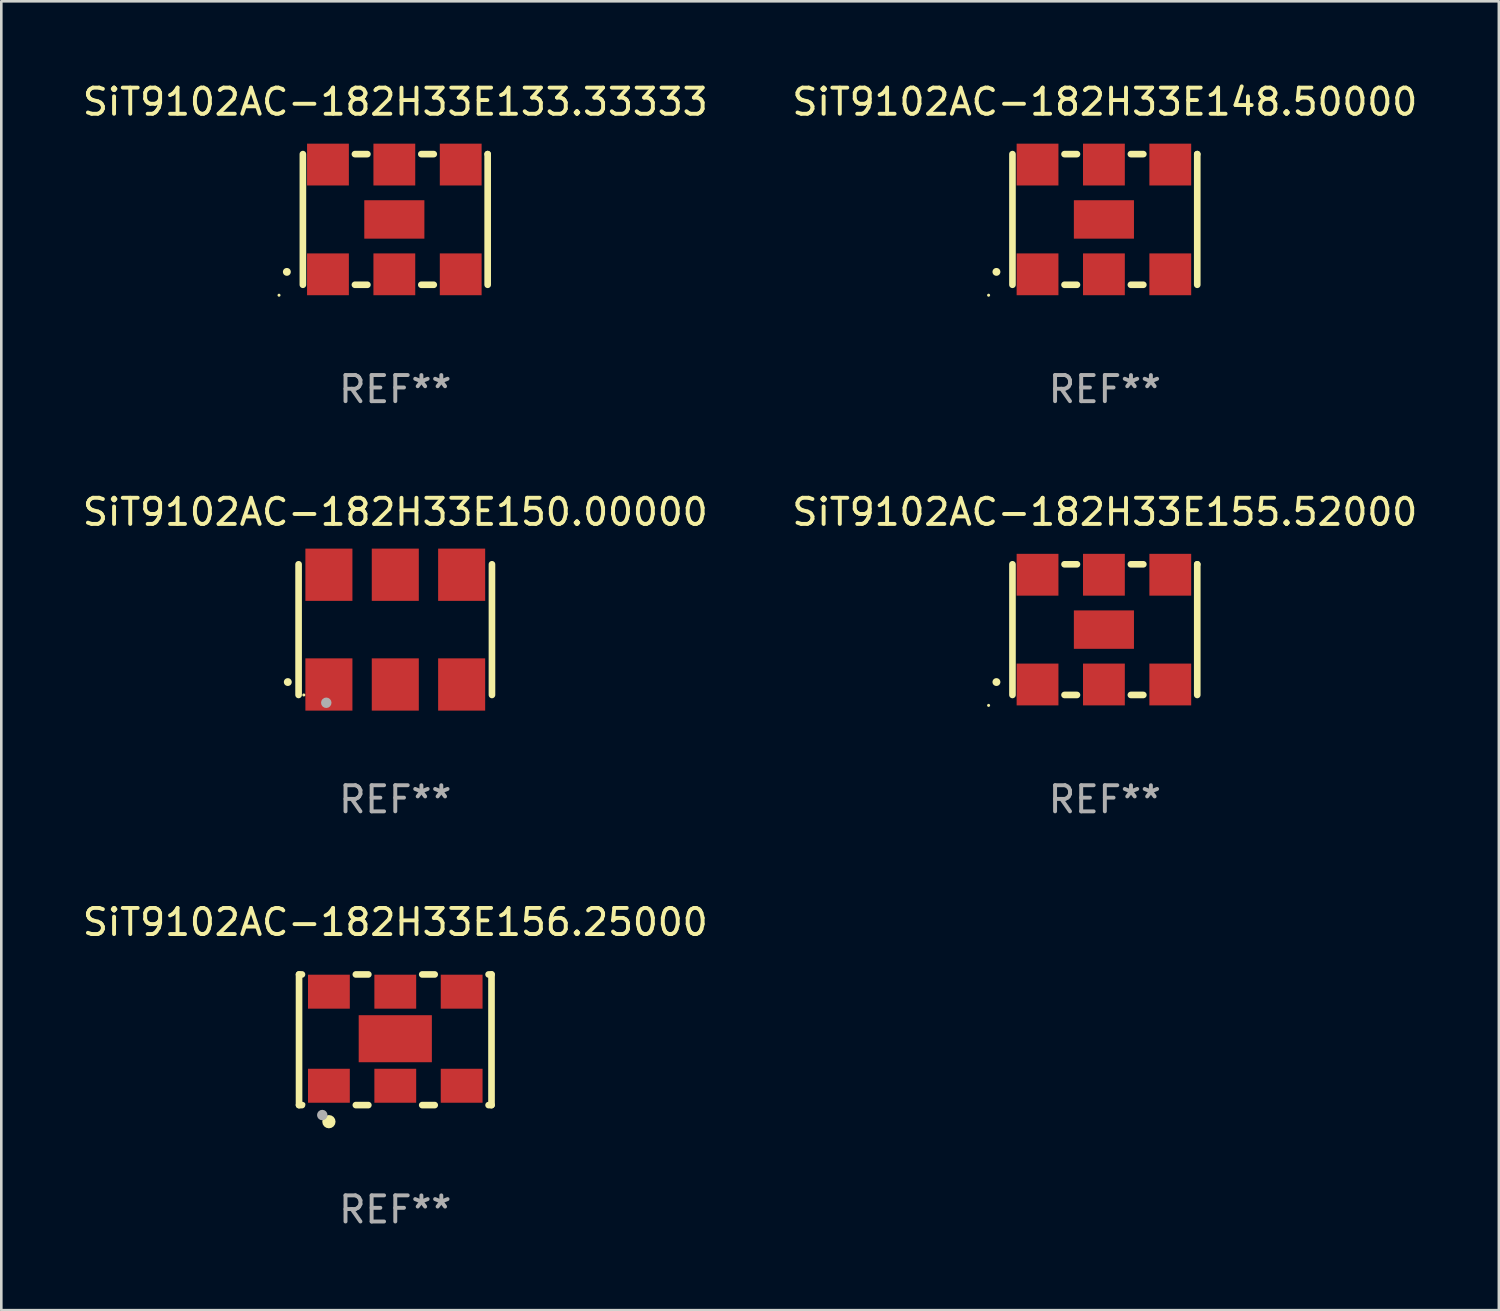
<source format=kicad_pcb>
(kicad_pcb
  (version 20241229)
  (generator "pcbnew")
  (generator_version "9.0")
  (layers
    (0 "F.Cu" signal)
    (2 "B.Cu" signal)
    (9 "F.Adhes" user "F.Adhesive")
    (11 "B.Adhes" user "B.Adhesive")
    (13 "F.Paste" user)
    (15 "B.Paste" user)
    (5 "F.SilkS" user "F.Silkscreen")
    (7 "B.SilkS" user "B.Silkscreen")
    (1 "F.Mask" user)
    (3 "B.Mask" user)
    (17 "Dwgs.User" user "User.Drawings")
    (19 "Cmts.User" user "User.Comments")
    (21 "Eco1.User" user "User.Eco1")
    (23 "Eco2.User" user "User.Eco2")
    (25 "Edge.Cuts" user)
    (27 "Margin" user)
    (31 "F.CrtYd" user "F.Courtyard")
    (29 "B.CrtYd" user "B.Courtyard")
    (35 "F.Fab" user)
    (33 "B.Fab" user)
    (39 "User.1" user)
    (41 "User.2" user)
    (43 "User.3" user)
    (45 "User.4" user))
  (footprint "SiT9102AC-182H33E148.50000"
    (layer "F.Cu")
    (at 39.232 5.348)
    (property "Reference" "SiT9102AC-182H33E148.50000" (at 0 -4.5 0) (layer "F.SilkS") (effects (font (size 1 1) (thickness 0.15))))
    (attr through_hole)
    (fp_line (start -3.536 -2.5) (end -3.536 2.5) (stroke (width 0.254) (type solid)) (layer "F.SilkS"))
    (fp_line (start -1.544 2.5) (end -1.067 2.5) (stroke (width 0.254) (type solid)) (layer "F.SilkS"))
    (fp_line (start -1.067 -2.5) (end -1.544 -2.5) (stroke (width 0.254) (type solid)) (layer "F.SilkS"))
    (fp_line (start 0.996 2.5) (end 1.473 2.5) (stroke (width 0.254) (type solid)) (layer "F.SilkS"))
    (fp_line (start 1.473 -2.5) (end 0.996 -2.5) (stroke (width 0.254) (type solid)) (layer "F.SilkS"))
    (fp_line (start 3.536 -2.5) (end 3.536 -2.5) (stroke (width 0.254) (type solid)) (layer "F.SilkS"))
    (fp_line (start 3.536 2.5) (end 3.536 -2.5) (stroke (width 0.254) (type solid)) (layer "F.SilkS"))
    (fp_arc (start -4.150432 2.006604) (mid -4.149162 2.006599) (end -4.147892 2.006604) (stroke (width 0.3) (type solid)) (layer "F.SilkS"))
    (fp_circle (center -4.449 2.9) (end -4.419 2.9) (stroke (width 0.06) (type solid)) (fill no) (layer "F.SilkS"))
    (fp_text user "REF**" (at 0 6.5 0) (layer "F.Fab") (effects (font (size 1 1) (thickness 0.15))))
    (pad "1" smd rect (at -2.576 2.1) (size 1.6 1.6) (layers "F.Cu" "F.Mask" "F.Paste"))
    (pad "2" smd rect (at -0.036 2.1) (size 1.6 1.6) (layers "F.Cu" "F.Mask" "F.Paste"))
    (pad "3" smd rect (at 2.504 2.1) (size 1.6 1.6) (layers "F.Cu" "F.Mask" "F.Paste"))
    (pad "4" smd rect (at 2.504 -2.1) (size 1.6 1.6) (layers "F.Cu" "F.Mask" "F.Paste"))
    (pad "5" smd rect (at -0.036 -2.1) (size 1.6 1.6) (layers "F.Cu" "F.Mask" "F.Paste"))
    (pad "6" smd rect (at -2.576 -2.1) (size 1.6 1.6) (layers "F.Cu" "F.Mask" "F.Paste"))
    (pad "7" smd rect (at -0.036 0) (size 2.3 1.47) (layers "F.Cu" "F.Mask" "F.Paste")))
  (footprint "SiT9102AC-182H33E156.25000"
    (layer "F.Cu")
    (at 12.077 36.741)
    (property "Reference" "SiT9102AC-182H33E156.25000" (at 0 -4.5 0) (layer "F.SilkS") (effects (font (size 1 1) (thickness 0.15))))
    (attr through_hole)
    (fp_line (start -3.683 -2.5) (end -3.571 -2.5) (stroke (width 0.254) (type solid)) (layer "F.SilkS"))
    (fp_line (start -3.683 2.5) (end -3.683 -2.5) (stroke (width 0.254) (type solid)) (layer "F.SilkS"))
    (fp_line (start -3.683 2.5) (end -3.571 2.5) (stroke (width 0.254) (type solid)) (layer "F.SilkS"))
    (fp_line (start -1.509 -2.5) (end -1.031 -2.5) (stroke (width 0.254) (type solid)) (layer "F.SilkS"))
    (fp_line (start -1.509 2.5) (end -1.031 2.5) (stroke (width 0.254) (type solid)) (layer "F.SilkS"))
    (fp_line (start 1.031 -2.5) (end 1.509 -2.5) (stroke (width 0.254) (type solid)) (layer "F.SilkS"))
    (fp_line (start 1.031 2.5) (end 1.509 2.5) (stroke (width 0.254) (type solid)) (layer "F.SilkS"))
    (fp_line (start 3.571 -2.5) (end 3.683 -2.5) (stroke (width 0.254) (type solid)) (layer "F.SilkS"))
    (fp_line (start 3.571 2.5) (end 3.683 2.5) (stroke (width 0.254) (type solid)) (layer "F.SilkS"))
    (fp_line (start 3.683 2.5) (end 3.683 -2.5) (stroke (width 0.254) (type solid)) (layer "F.SilkS"))
    (fp_circle (center -3.5 2.46) (end -3.47 2.46) (stroke (width 0.06) (type solid)) (fill no) (layer "F.SilkS"))
    (fp_circle (center -2.54 3.135) (end -2.413 3.135) (stroke (width 0.254) (type solid)) (fill no) (layer "F.SilkS"))
    (fp_circle (center -2.794 2.881) (end -2.694 2.881) (stroke (width 0.2) (type solid)) (fill no) (layer "F.Fab"))
    (fp_text user "REF**" (at 0 6.5 0) (layer "F.Fab") (effects (font (size 1 1) (thickness 0.15))))
    (pad "1" smd rect (at -2.54 1.76) (size 1.6 1.3) (layers "F.Cu" "F.Mask" "F.Paste"))
    (pad "2" smd rect (at 0 1.76) (size 1.6 1.3) (layers "F.Cu" "F.Mask" "F.Paste"))
    (pad "3" smd rect (at 2.54 1.76) (size 1.6 1.3) (layers "F.Cu" "F.Mask" "F.Paste"))
    (pad "4" smd rect (at 2.54 -1.84) (size 1.6 1.3) (layers "F.Cu" "F.Mask" "F.Paste"))
    (pad "5" smd rect (at 0 -1.84) (size 1.6 1.3) (layers "F.Cu" "F.Mask" "F.Paste"))
    (pad "6" smd rect (at -2.54 -1.84) (size 1.6 1.3) (layers "F.Cu" "F.Mask" "F.Paste"))
    (pad "7" smd rect (at 0 -0.04) (size 2.8 1.8) (layers "F.Cu" "F.Mask" "F.Paste")))
  (footprint "SiT9102AC-182H33E133.33333"
    (layer "F.Cu")
    (at 12.077 5.348)
    (property "Reference" "SiT9102AC-182H33E133.33333" (at 0 -4.5 0) (layer "F.SilkS") (effects (font (size 1 1) (thickness 0.15))))
    (attr through_hole)
    (fp_line (start -3.536 -2.5) (end -3.536 2.5) (stroke (width 0.254) (type solid)) (layer "F.SilkS"))
    (fp_line (start -1.544 2.5) (end -1.067 2.5) (stroke (width 0.254) (type solid)) (layer "F.SilkS"))
    (fp_line (start -1.067 -2.5) (end -1.544 -2.5) (stroke (width 0.254) (type solid)) (layer "F.SilkS"))
    (fp_line (start 0.996 2.5) (end 1.473 2.5) (stroke (width 0.254) (type solid)) (layer "F.SilkS"))
    (fp_line (start 1.473 -2.5) (end 0.996 -2.5) (stroke (width 0.254) (type solid)) (layer "F.SilkS"))
    (fp_line (start 3.536 -2.5) (end 3.536 -2.5) (stroke (width 0.254) (type solid)) (layer "F.SilkS"))
    (fp_line (start 3.536 2.5) (end 3.536 -2.5) (stroke (width 0.254) (type solid)) (layer "F.SilkS"))
    (fp_arc (start -4.150432 2.006604) (mid -4.149162 2.006599) (end -4.147892 2.006604) (stroke (width 0.3) (type solid)) (layer "F.SilkS"))
    (fp_circle (center -4.449 2.9) (end -4.419 2.9) (stroke (width 0.06) (type solid)) (fill no) (layer "F.SilkS"))
    (fp_text user "REF**" (at 0 6.5 0) (layer "F.Fab") (effects (font (size 1 1) (thickness 0.15))))
    (pad "1" smd rect (at -2.576 2.1) (size 1.6 1.6) (layers "F.Cu" "F.Mask" "F.Paste"))
    (pad "2" smd rect (at -0.036 2.1) (size 1.6 1.6) (layers "F.Cu" "F.Mask" "F.Paste"))
    (pad "3" smd rect (at 2.504 2.1) (size 1.6 1.6) (layers "F.Cu" "F.Mask" "F.Paste"))
    (pad "4" smd rect (at 2.504 -2.1) (size 1.6 1.6) (layers "F.Cu" "F.Mask" "F.Paste"))
    (pad "5" smd rect (at -0.036 -2.1) (size 1.6 1.6) (layers "F.Cu" "F.Mask" "F.Paste"))
    (pad "6" smd rect (at -2.576 -2.1) (size 1.6 1.6) (layers "F.Cu" "F.Mask" "F.Paste"))
    (pad "7" smd rect (at -0.036 0) (size 2.3 1.47) (layers "F.Cu" "F.Mask" "F.Paste")))
  (footprint "SiT9102AC-182H33E150.00000"
    (layer "F.Cu")
    (at 12.077 21.045)
    (property "Reference" "SiT9102AC-182H33E150.00000" (at 0 -4.5 0) (layer "F.SilkS") (effects (font (size 1 1) (thickness 0.15))))
    (attr through_hole)
    (fp_line (start -3.7 -2.5) (end -3.7 2.5) (stroke (width 0.254) (type solid)) (layer "F.SilkS"))
    (fp_line (start 3.7 -2.5) (end 3.7 2.5) (stroke (width 0.254) (type solid)) (layer "F.SilkS"))
    (fp_arc (start -4.114415 2.006604) (mid -4.113145 2.006599) (end -4.111875 2.006604) (stroke (width 0.3) (type solid)) (layer "F.SilkS"))
    (fp_circle (center -3.5 2.501) (end -3.47 2.501) (stroke (width 0.06) (type solid)) (fill no) (layer "F.SilkS"))
    (fp_circle (center -2.641 2.799) (end -2.541 2.799) (stroke (width 0.2) (type solid)) (fill no) (layer "F.Fab"))
    (fp_text user "REF**" (at 0 6.5 0) (layer "F.Fab") (effects (font (size 1 1) (thickness 0.15))))
    (pad "1" smd rect (at -2.54 2.1) (size 1.8 2) (layers "F.Cu" "F.Mask" "F.Paste"))
    (pad "2" smd rect (at 0.000394 2.1) (size 1.8 2) (layers "F.Cu" "F.Mask" "F.Paste"))
    (pad "3" smd rect (at 2.54 2.1) (size 1.8 2) (layers "F.Cu" "F.Mask" "F.Paste"))
    (pad "4" smd rect (at 2.54 -2.1) (size 1.8 2) (layers "F.Cu" "F.Mask" "F.Paste"))
    (pad "5" smd rect (at 0.000394 -2.1) (size 1.8 2) (layers "F.Cu" "F.Mask" "F.Paste"))
    (pad "6" smd rect (at -2.54 -2.1) (size 1.8 2) (layers "F.Cu" "F.Mask" "F.Paste")))
  (footprint "SiT9102AC-182H33E155.52000"
    (layer "F.Cu")
    (at 39.232 21.045)
    (property "Reference" "SiT9102AC-182H33E155.52000" (at 0 -4.5 0) (layer "F.SilkS") (effects (font (size 1 1) (thickness 0.15))))
    (attr through_hole)
    (fp_line (start -3.536 -2.5) (end -3.536 2.5) (stroke (width 0.254) (type solid)) (layer "F.SilkS"))
    (fp_line (start -1.544 2.5) (end -1.067 2.5) (stroke (width 0.254) (type solid)) (layer "F.SilkS"))
    (fp_line (start -1.067 -2.5) (end -1.544 -2.5) (stroke (width 0.254) (type solid)) (layer "F.SilkS"))
    (fp_line (start 0.996 2.5) (end 1.473 2.5) (stroke (width 0.254) (type solid)) (layer "F.SilkS"))
    (fp_line (start 1.473 -2.5) (end 0.996 -2.5) (stroke (width 0.254) (type solid)) (layer "F.SilkS"))
    (fp_line (start 3.536 -2.5) (end 3.536 -2.5) (stroke (width 0.254) (type solid)) (layer "F.SilkS"))
    (fp_line (start 3.536 2.5) (end 3.536 -2.5) (stroke (width 0.254) (type solid)) (layer "F.SilkS"))
    (fp_arc (start -4.150432 2.006604) (mid -4.149162 2.006599) (end -4.147892 2.006604) (stroke (width 0.3) (type solid)) (layer "F.SilkS"))
    (fp_circle (center -4.449 2.9) (end -4.419 2.9) (stroke (width 0.06) (type solid)) (fill no) (layer "F.SilkS"))
    (fp_text user "REF**" (at 0 6.5 0) (layer "F.Fab") (effects (font (size 1 1) (thickness 0.15))))
    (pad "1" smd rect (at -2.576 2.1) (size 1.6 1.6) (layers "F.Cu" "F.Mask" "F.Paste"))
    (pad "2" smd rect (at -0.036 2.1) (size 1.6 1.6) (layers "F.Cu" "F.Mask" "F.Paste"))
    (pad "3" smd rect (at 2.504 2.1) (size 1.6 1.6) (layers "F.Cu" "F.Mask" "F.Paste"))
    (pad "4" smd rect (at 2.504 -2.1) (size 1.6 1.6) (layers "F.Cu" "F.Mask" "F.Paste"))
    (pad "5" smd rect (at -0.036 -2.1) (size 1.6 1.6) (layers "F.Cu" "F.Mask" "F.Paste"))
    (pad "6" smd rect (at -2.576 -2.1) (size 1.6 1.6) (layers "F.Cu" "F.Mask" "F.Paste"))
    (pad "7" smd rect (at -0.036 0) (size 2.3 1.47) (layers "F.Cu" "F.Mask" "F.Paste")))
  (gr_rect
    (start -3 -3)
    (end 54.31 47.09)
    (stroke (width 0.1) (type default))
    (fill no)
    (layer "Edge.Cuts")))
</source>
